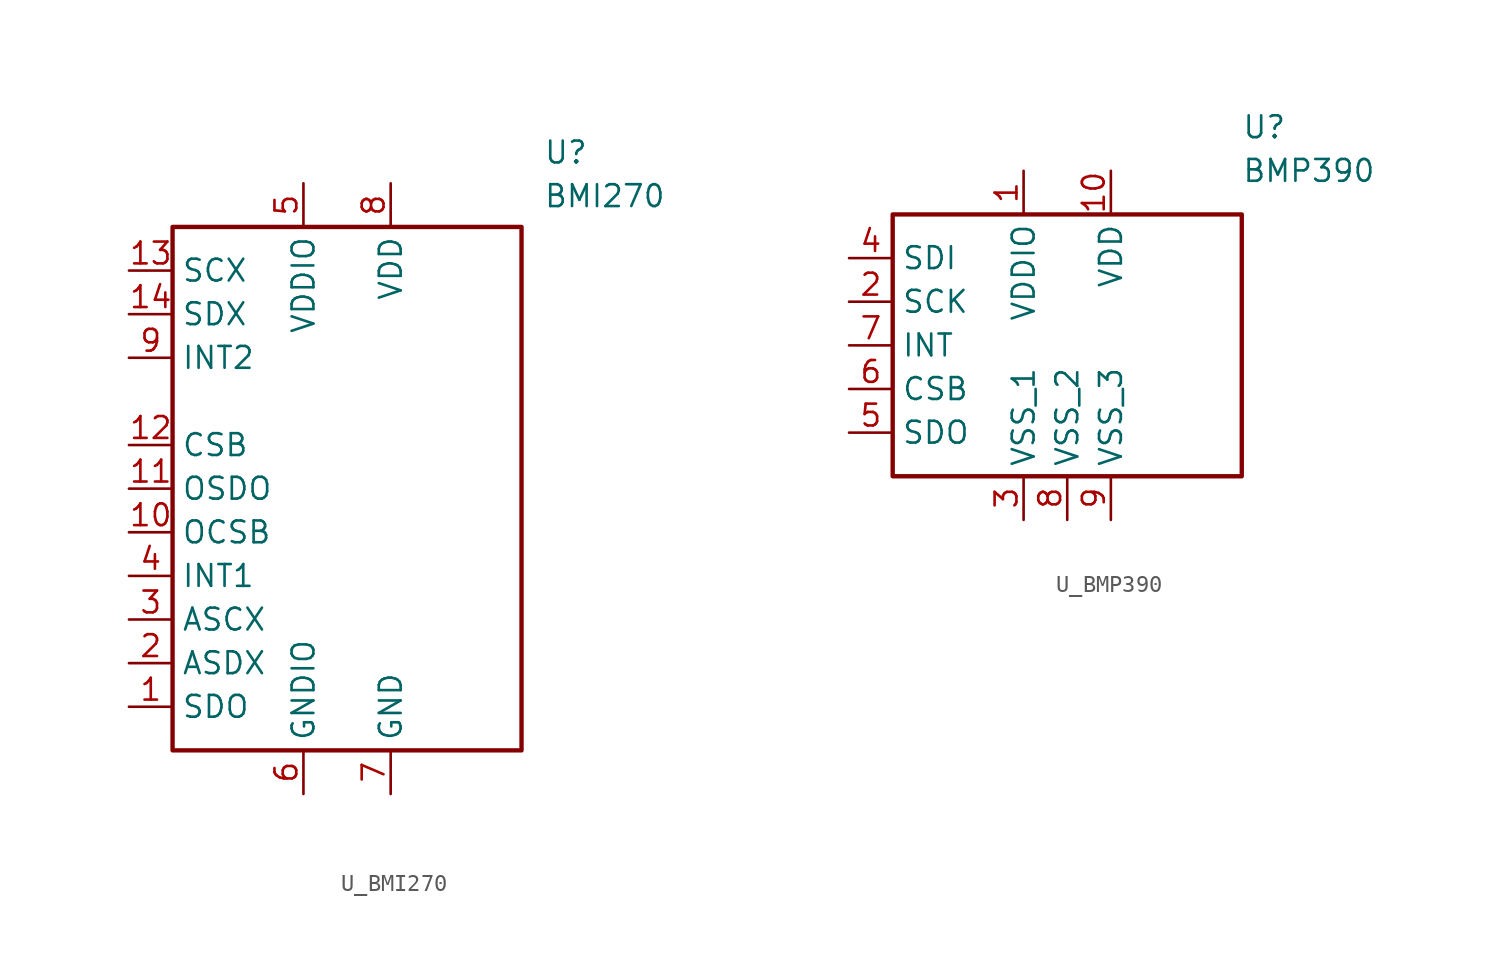
<source format=kicad_sym>
(kicad_symbol_lib
  (version 20231120)
  (generator "kicad_symbol_editor")
  (generator_version "8.0")
  (symbol "U_BMI270"
    (property "Reference" "U"
      (at 11.43 20.32 0)
      (effects (font (size 1.27 1.27)) (justify left top)))
    (property "Value" "BMI270"
      (at 11.43 17.78 0)
      (effects (font (size 1.27 1.27)) (justify left top)))
    (symbol "U_BMI270_1_1"
      (rectangle (start -10.16 15.24) (end 10.16 -15.24) (stroke (width 0.254) (type default)) (fill (type none)))
      (pin passive line (at -12.7 -12.7 0) (length 2.54) (name "SDO" (effects (font (size 1.27 1.27)))) (number "1" (effects (font (size 1.27 1.27)))))
      (pin passive line (at -12.7 -2.54 0) (length 2.54) (name "OCSB" (effects (font (size 1.27 1.27)))) (number "10" (effects (font (size 1.27 1.27)))))
      (pin passive line (at -12.7 0 0) (length 2.54) (name "OSDO" (effects (font (size 1.27 1.27)))) (number "11" (effects (font (size 1.27 1.27)))))
      (pin passive line (at -12.7 2.54 0) (length 2.54) (name "CSB" (effects (font (size 1.27 1.27)))) (number "12" (effects (font (size 1.27 1.27)))))
      (pin passive line (at -12.7 12.7 0) (length 2.54) (name "SCX" (effects (font (size 1.27 1.27)))) (number "13" (effects (font (size 1.27 1.27)))))
      (pin passive line (at -12.7 10.16 0) (length 2.54) (name "SDX" (effects (font (size 1.27 1.27)))) (number "14" (effects (font (size 1.27 1.27)))))
      (pin passive line (at -12.7 -10.16 0) (length 2.54) (name "ASDX" (effects (font (size 1.27 1.27)))) (number "2" (effects (font (size 1.27 1.27)))))
      (pin passive line (at -12.7 -7.62 0) (length 2.54) (name "ASCX" (effects (font (size 1.27 1.27)))) (number "3" (effects (font (size 1.27 1.27)))))
      (pin passive line (at -12.7 -5.08 0) (length 2.54) (name "INT1" (effects (font (size 1.27 1.27)))) (number "4" (effects (font (size 1.27 1.27)))))
      (pin passive line (at -2.54 17.78 270) (length 2.54) (name "VDDIO" (effects (font (size 1.27 1.27)))) (number "5" (effects (font (size 1.27 1.27)))))
      (pin passive line (at -2.54 -17.78 90) (length 2.54) (name "GNDIO" (effects (font (size 1.27 1.27)))) (number "6" (effects (font (size 1.27 1.27)))))
      (pin passive line (at 2.54 -17.78 90) (length 2.54) (name "GND" (effects (font (size 1.27 1.27)))) (number "7" (effects (font (size 1.27 1.27)))))
      (pin passive line (at 2.54 17.78 270) (length 2.54) (name "VDD" (effects (font (size 1.27 1.27)))) (number "8" (effects (font (size 1.27 1.27)))))
      (pin passive line (at -12.7 7.62 0) (length 2.54) (name "INT2" (effects (font (size 1.27 1.27)))) (number "9" (effects (font (size 1.27 1.27)))))))
  (symbol "U_BMP390"
    (property "Reference" "U"
      (at 10.16 12.7 0)
      (effects (font (size 1.27 1.27)) (justify left)))
    (property "Value" "BMP390"
      (at 10.16 10.16 0)
      (effects (font (size 1.27 1.27)) (justify left)))
    (symbol "U_BMP390_1_1"
      (rectangle (start -10.16 7.62) (end 10.16 -7.62) (stroke (width 0.254) (type default)) (fill (type none)))
      (pin passive line (at -2.54 10.16 270) (length 2.54) (name "VDDIO" (effects (font (size 1.27 1.27)))) (number "1" (effects (font (size 1.27 1.27)))))
      (pin passive line (at 2.54 10.16 270) (length 2.54) (name "VDD" (effects (font (size 1.27 1.27)))) (number "10" (effects (font (size 1.27 1.27)))))
      (pin passive line (at -12.7 2.54 0) (length 2.54) (name "SCK" (effects (font (size 1.27 1.27)))) (number "2" (effects (font (size 1.27 1.27)))))
      (pin passive line (at -2.54 -10.16 90) (length 2.54) (name "VSS_1" (effects (font (size 1.27 1.27)))) (number "3" (effects (font (size 1.27 1.27)))))
      (pin passive line (at -12.7 5.08 0) (length 2.54) (name "SDI" (effects (font (size 1.27 1.27)))) (number "4" (effects (font (size 1.27 1.27)))))
      (pin passive line (at -12.7 -5.08 0) (length 2.54) (name "SDO" (effects (font (size 1.27 1.27)))) (number "5" (effects (font (size 1.27 1.27)))))
      (pin passive line (at -12.7 -2.54 0) (length 2.54) (name "CSB" (effects (font (size 1.27 1.27)))) (number "6" (effects (font (size 1.27 1.27)))))
      (pin passive line (at -12.7 0 0) (length 2.54) (name "INT" (effects (font (size 1.27 1.27)))) (number "7" (effects (font (size 1.27 1.27)))))
      (pin passive line (at 0 -10.16 90) (length 2.54) (name "VSS_2" (effects (font (size 1.27 1.27)))) (number "8" (effects (font (size 1.27 1.27)))))
      (pin passive line (at 2.54 -10.16 90) (length 2.54) (name "VSS_3" (effects (font (size 1.27 1.27)))) (number "9" (effects (font (size 1.27 1.27))))))))
</source>
